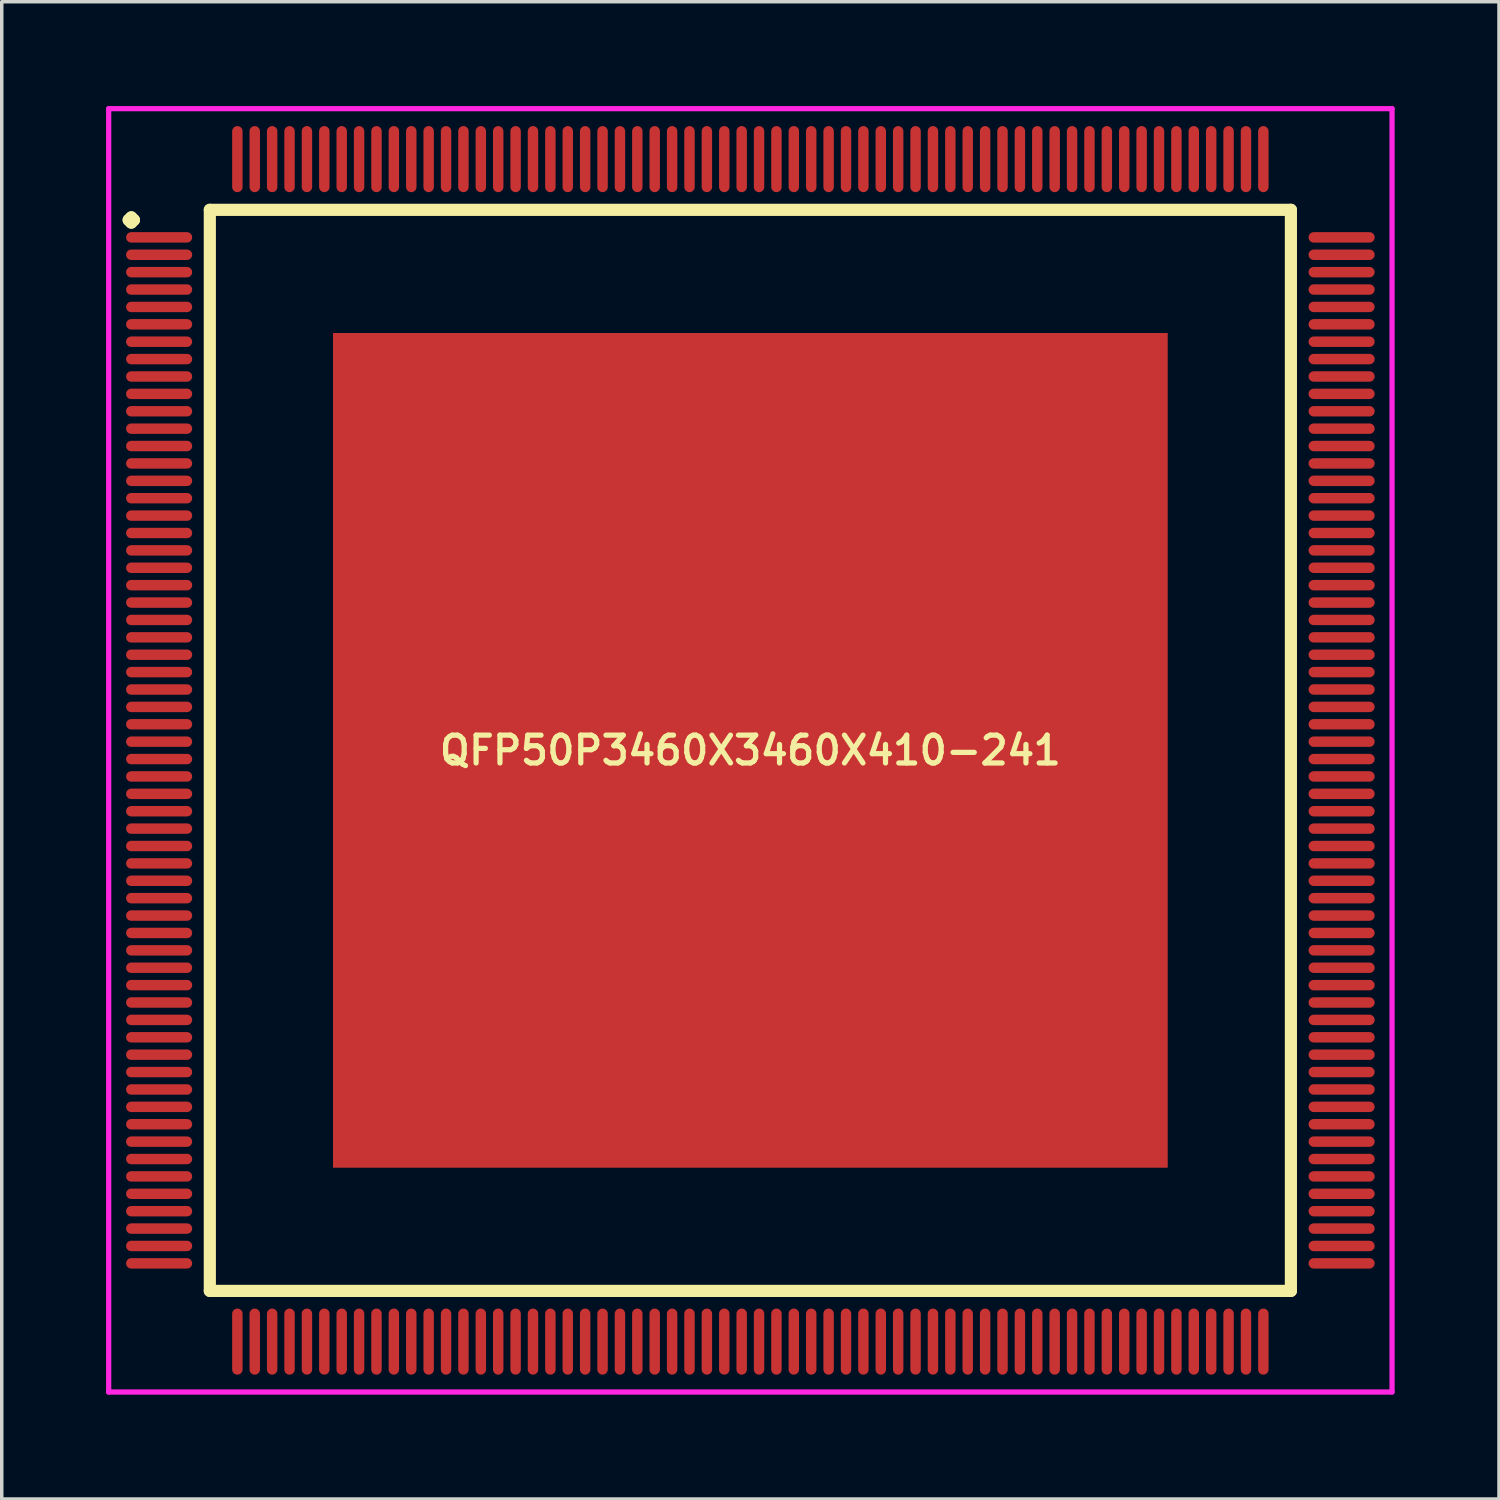
<source format=kicad_pcb>
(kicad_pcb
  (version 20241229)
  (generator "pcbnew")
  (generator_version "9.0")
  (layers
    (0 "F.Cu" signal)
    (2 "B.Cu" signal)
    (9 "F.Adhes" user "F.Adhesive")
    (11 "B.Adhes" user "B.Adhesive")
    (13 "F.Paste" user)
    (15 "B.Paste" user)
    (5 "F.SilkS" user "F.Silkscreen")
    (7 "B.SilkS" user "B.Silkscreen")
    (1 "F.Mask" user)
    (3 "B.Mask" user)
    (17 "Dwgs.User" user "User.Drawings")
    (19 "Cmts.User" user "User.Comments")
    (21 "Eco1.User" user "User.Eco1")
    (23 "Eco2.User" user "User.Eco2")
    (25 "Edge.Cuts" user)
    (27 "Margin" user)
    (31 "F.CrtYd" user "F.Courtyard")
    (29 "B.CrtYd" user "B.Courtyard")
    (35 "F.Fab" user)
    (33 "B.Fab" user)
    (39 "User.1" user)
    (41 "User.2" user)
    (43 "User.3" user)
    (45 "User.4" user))
  (footprint "QFP50P3460X3460X410-241"
    (layer "F.Cu")
    (at 18.525 18.525)
    (property "Reference" "QFP50P3460X3460X410-241" (at 0 0 0) (layer "F.SilkS") (effects (font (size 0.8 0.8) (thickness 0.15))))
    (attr through_hole)
    (fp_line (start -17.875 -15.25) (end -17.8 -15.325) (stroke (width 0.35) (type solid)) (layer "F.SilkS"))
    (fp_line (start -17.8 -15.325) (end -17.725 -15.25) (stroke (width 0.35) (type solid)) (layer "F.SilkS"))
    (fp_line (start -17.8 -15.175) (end -17.875 -15.25) (stroke (width 0.35) (type solid)) (layer "F.SilkS"))
    (fp_line (start -17.725 -15.25) (end -17.8 -15.175) (stroke (width 0.35) (type solid)) (layer "F.SilkS"))
    (fp_line (start -15.542 -15.542) (end -15.542 15.542) (stroke (width 0.35) (type solid)) (layer "F.SilkS"))
    (fp_line (start -15.542 15.542) (end 15.542 15.542) (stroke (width 0.35) (type solid)) (layer "F.SilkS"))
    (fp_line (start 15.542 -15.542) (end -15.542 -15.542) (stroke (width 0.35) (type solid)) (layer "F.SilkS"))
    (fp_line (start 15.542 15.542) (end 15.542 -15.542) (stroke (width 0.35) (type solid)) (layer "F.SilkS"))
    (fp_line (start -18.45 -18.45) (end 18.45 -18.45) (stroke (width 0.15) (type solid)) (layer "F.CrtYd"))
    (fp_line (start -18.45 18.45) (end -18.45 -18.45) (stroke (width 0.15) (type solid)) (layer "F.CrtYd"))
    (fp_line (start 18.45 -18.45) (end 18.45 18.45) (stroke (width 0.15) (type solid)) (layer "F.CrtYd"))
    (fp_line (start 18.45 18.45) (end -18.45 18.45) (stroke (width 0.15) (type solid)) (layer "F.CrtYd"))
    (pad "1" smd oval (at -17 -14.75) (size 1.9 0.3) (layers "F.Cu" "F.Mask" "F.Paste"))
    (pad "2" smd oval (at -17 -14.25) (size 1.9 0.3) (layers "F.Cu" "F.Mask" "F.Paste"))
    (pad "3" smd oval (at -17 -13.75) (size 1.9 0.3) (layers "F.Cu" "F.Mask" "F.Paste"))
    (pad "4" smd oval (at -17 -13.25) (size 1.9 0.3) (layers "F.Cu" "F.Mask" "F.Paste"))
    (pad "5" smd oval (at -17 -12.75) (size 1.9 0.3) (layers "F.Cu" "F.Mask" "F.Paste"))
    (pad "6" smd oval (at -17 -12.25) (size 1.9 0.3) (layers "F.Cu" "F.Mask" "F.Paste"))
    (pad "7" smd oval (at -17 -11.75) (size 1.9 0.3) (layers "F.Cu" "F.Mask" "F.Paste"))
    (pad "8" smd oval (at -17 -11.25) (size 1.9 0.3) (layers "F.Cu" "F.Mask" "F.Paste"))
    (pad "9" smd oval (at -17 -10.75) (size 1.9 0.3) (layers "F.Cu" "F.Mask" "F.Paste"))
    (pad "10" smd oval (at -17 -10.25) (size 1.9 0.3) (layers "F.Cu" "F.Mask" "F.Paste"))
    (pad "11" smd oval (at -17 -9.75) (size 1.9 0.3) (layers "F.Cu" "F.Mask" "F.Paste"))
    (pad "12" smd oval (at -17 -9.25) (size 1.9 0.3) (layers "F.Cu" "F.Mask" "F.Paste"))
    (pad "13" smd oval (at -17 -8.75) (size 1.9 0.3) (layers "F.Cu" "F.Mask" "F.Paste"))
    (pad "14" smd oval (at -17 -8.25) (size 1.9 0.3) (layers "F.Cu" "F.Mask" "F.Paste"))
    (pad "15" smd oval (at -17 -7.75) (size 1.9 0.3) (layers "F.Cu" "F.Mask" "F.Paste"))
    (pad "16" smd oval (at -17 -7.25) (size 1.9 0.3) (layers "F.Cu" "F.Mask" "F.Paste"))
    (pad "17" smd oval (at -17 -6.75) (size 1.9 0.3) (layers "F.Cu" "F.Mask" "F.Paste"))
    (pad "18" smd oval (at -17 -6.25) (size 1.9 0.3) (layers "F.Cu" "F.Mask" "F.Paste"))
    (pad "19" smd oval (at -17 -5.75) (size 1.9 0.3) (layers "F.Cu" "F.Mask" "F.Paste"))
    (pad "20" smd oval (at -17 -5.25) (size 1.9 0.3) (layers "F.Cu" "F.Mask" "F.Paste"))
    (pad "21" smd oval (at -17 -4.75) (size 1.9 0.3) (layers "F.Cu" "F.Mask" "F.Paste"))
    (pad "22" smd oval (at -17 -4.25) (size 1.9 0.3) (layers "F.Cu" "F.Mask" "F.Paste"))
    (pad "23" smd oval (at -17 -3.75) (size 1.9 0.3) (layers "F.Cu" "F.Mask" "F.Paste"))
    (pad "24" smd oval (at -17 -3.25) (size 1.9 0.3) (layers "F.Cu" "F.Mask" "F.Paste"))
    (pad "25" smd oval (at -17 -2.75) (size 1.9 0.3) (layers "F.Cu" "F.Mask" "F.Paste"))
    (pad "26" smd oval (at -17 -2.25) (size 1.9 0.3) (layers "F.Cu" "F.Mask" "F.Paste"))
    (pad "27" smd oval (at -17 -1.75) (size 1.9 0.3) (layers "F.Cu" "F.Mask" "F.Paste"))
    (pad "28" smd oval (at -17 -1.25) (size 1.9 0.3) (layers "F.Cu" "F.Mask" "F.Paste"))
    (pad "29" smd oval (at -17 -0.75) (size 1.9 0.3) (layers "F.Cu" "F.Mask" "F.Paste"))
    (pad "30" smd oval (at -17 -0.25) (size 1.9 0.3) (layers "F.Cu" "F.Mask" "F.Paste"))
    (pad "31" smd oval (at -17 0.25) (size 1.9 0.3) (layers "F.Cu" "F.Mask" "F.Paste"))
    (pad "32" smd oval (at -17 0.75) (size 1.9 0.3) (layers "F.Cu" "F.Mask" "F.Paste"))
    (pad "33" smd oval (at -17 1.25) (size 1.9 0.3) (layers "F.Cu" "F.Mask" "F.Paste"))
    (pad "34" smd oval (at -17 1.75) (size 1.9 0.3) (layers "F.Cu" "F.Mask" "F.Paste"))
    (pad "35" smd oval (at -17 2.25) (size 1.9 0.3) (layers "F.Cu" "F.Mask" "F.Paste"))
    (pad "36" smd oval (at -17 2.75) (size 1.9 0.3) (layers "F.Cu" "F.Mask" "F.Paste"))
    (pad "37" smd oval (at -17 3.25) (size 1.9 0.3) (layers "F.Cu" "F.Mask" "F.Paste"))
    (pad "38" smd oval (at -17 3.75) (size 1.9 0.3) (layers "F.Cu" "F.Mask" "F.Paste"))
    (pad "39" smd oval (at -17 4.25) (size 1.9 0.3) (layers "F.Cu" "F.Mask" "F.Paste"))
    (pad "40" smd oval (at -17 4.75) (size 1.9 0.3) (layers "F.Cu" "F.Mask" "F.Paste"))
    (pad "41" smd oval (at -17 5.25) (size 1.9 0.3) (layers "F.Cu" "F.Mask" "F.Paste"))
    (pad "42" smd oval (at -17 5.75) (size 1.9 0.3) (layers "F.Cu" "F.Mask" "F.Paste"))
    (pad "43" smd oval (at -17 6.25) (size 1.9 0.3) (layers "F.Cu" "F.Mask" "F.Paste"))
    (pad "44" smd oval (at -17 6.75) (size 1.9 0.3) (layers "F.Cu" "F.Mask" "F.Paste"))
    (pad "45" smd oval (at -17 7.25) (size 1.9 0.3) (layers "F.Cu" "F.Mask" "F.Paste"))
    (pad "46" smd oval (at -17 7.75) (size 1.9 0.3) (layers "F.Cu" "F.Mask" "F.Paste"))
    (pad "47" smd oval (at -17 8.25) (size 1.9 0.3) (layers "F.Cu" "F.Mask" "F.Paste"))
    (pad "48" smd oval (at -17 8.75) (size 1.9 0.3) (layers "F.Cu" "F.Mask" "F.Paste"))
    (pad "49" smd oval (at -17 9.25) (size 1.9 0.3) (layers "F.Cu" "F.Mask" "F.Paste"))
    (pad "50" smd oval (at -17 9.75) (size 1.9 0.3) (layers "F.Cu" "F.Mask" "F.Paste"))
    (pad "51" smd oval (at -17 10.25) (size 1.9 0.3) (layers "F.Cu" "F.Mask" "F.Paste"))
    (pad "52" smd oval (at -17 10.75) (size 1.9 0.3) (layers "F.Cu" "F.Mask" "F.Paste"))
    (pad "53" smd oval (at -17 11.25) (size 1.9 0.3) (layers "F.Cu" "F.Mask" "F.Paste"))
    (pad "54" smd oval (at -17 11.75) (size 1.9 0.3) (layers "F.Cu" "F.Mask" "F.Paste"))
    (pad "55" smd oval (at -17 12.25) (size 1.9 0.3) (layers "F.Cu" "F.Mask" "F.Paste"))
    (pad "56" smd oval (at -17 12.75) (size 1.9 0.3) (layers "F.Cu" "F.Mask" "F.Paste"))
    (pad "57" smd oval (at -17 13.25) (size 1.9 0.3) (layers "F.Cu" "F.Mask" "F.Paste"))
    (pad "58" smd oval (at -17 13.75) (size 1.9 0.3) (layers "F.Cu" "F.Mask" "F.Paste"))
    (pad "59" smd oval (at -17 14.25) (size 1.9 0.3) (layers "F.Cu" "F.Mask" "F.Paste"))
    (pad "60" smd oval (at -17 14.75) (size 1.9 0.3) (layers "F.Cu" "F.Mask" "F.Paste"))
    (pad "61" smd oval (at -14.75 17) (size 0.3 1.9) (layers "F.Cu" "F.Mask" "F.Paste"))
    (pad "62" smd oval (at -14.25 17) (size 0.3 1.9) (layers "F.Cu" "F.Mask" "F.Paste"))
    (pad "63" smd oval (at -13.75 17) (size 0.3 1.9) (layers "F.Cu" "F.Mask" "F.Paste"))
    (pad "64" smd oval (at -13.25 17) (size 0.3 1.9) (layers "F.Cu" "F.Mask" "F.Paste"))
    (pad "65" smd oval (at -12.75 17) (size 0.3 1.9) (layers "F.Cu" "F.Mask" "F.Paste"))
    (pad "66" smd oval (at -12.25 17) (size 0.3 1.9) (layers "F.Cu" "F.Mask" "F.Paste"))
    (pad "67" smd oval (at -11.75 17) (size 0.3 1.9) (layers "F.Cu" "F.Mask" "F.Paste"))
    (pad "68" smd oval (at -11.25 17) (size 0.3 1.9) (layers "F.Cu" "F.Mask" "F.Paste"))
    (pad "69" smd oval (at -10.75 17) (size 0.3 1.9) (layers "F.Cu" "F.Mask" "F.Paste"))
    (pad "70" smd oval (at -10.25 17) (size 0.3 1.9) (layers "F.Cu" "F.Mask" "F.Paste"))
    (pad "71" smd oval (at -9.75 17) (size 0.3 1.9) (layers "F.Cu" "F.Mask" "F.Paste"))
    (pad "72" smd oval (at -9.25 17) (size 0.3 1.9) (layers "F.Cu" "F.Mask" "F.Paste"))
    (pad "73" smd oval (at -8.75 17) (size 0.3 1.9) (layers "F.Cu" "F.Mask" "F.Paste"))
    (pad "74" smd oval (at -8.25 17) (size 0.3 1.9) (layers "F.Cu" "F.Mask" "F.Paste"))
    (pad "75" smd oval (at -7.75 17) (size 0.3 1.9) (layers "F.Cu" "F.Mask" "F.Paste"))
    (pad "76" smd oval (at -7.25 17) (size 0.3 1.9) (layers "F.Cu" "F.Mask" "F.Paste"))
    (pad "77" smd oval (at -6.75 17) (size 0.3 1.9) (layers "F.Cu" "F.Mask" "F.Paste"))
    (pad "78" smd oval (at -6.25 17) (size 0.3 1.9) (layers "F.Cu" "F.Mask" "F.Paste"))
    (pad "79" smd oval (at -5.75 17) (size 0.3 1.9) (layers "F.Cu" "F.Mask" "F.Paste"))
    (pad "80" smd oval (at -5.25 17) (size 0.3 1.9) (layers "F.Cu" "F.Mask" "F.Paste"))
    (pad "81" smd oval (at -4.75 17) (size 0.3 1.9) (layers "F.Cu" "F.Mask" "F.Paste"))
    (pad "82" smd oval (at -4.25 17) (size 0.3 1.9) (layers "F.Cu" "F.Mask" "F.Paste"))
    (pad "83" smd oval (at -3.75 17) (size 0.3 1.9) (layers "F.Cu" "F.Mask" "F.Paste"))
    (pad "84" smd oval (at -3.25 17) (size 0.3 1.9) (layers "F.Cu" "F.Mask" "F.Paste"))
    (pad "85" smd oval (at -2.75 17) (size 0.3 1.9) (layers "F.Cu" "F.Mask" "F.Paste"))
    (pad "86" smd oval (at -2.25 17) (size 0.3 1.9) (layers "F.Cu" "F.Mask" "F.Paste"))
    (pad "87" smd oval (at -1.75 17) (size 0.3 1.9) (layers "F.Cu" "F.Mask" "F.Paste"))
    (pad "88" smd oval (at -1.25 17) (size 0.3 1.9) (layers "F.Cu" "F.Mask" "F.Paste"))
    (pad "89" smd oval (at -0.75 17) (size 0.3 1.9) (layers "F.Cu" "F.Mask" "F.Paste"))
    (pad "90" smd oval (at -0.25 17) (size 0.3 1.9) (layers "F.Cu" "F.Mask" "F.Paste"))
    (pad "91" smd oval (at 0.25 17) (size 0.3 1.9) (layers "F.Cu" "F.Mask" "F.Paste"))
    (pad "92" smd oval (at 0.75 17) (size 0.3 1.9) (layers "F.Cu" "F.Mask" "F.Paste"))
    (pad "93" smd oval (at 1.25 17) (size 0.3 1.9) (layers "F.Cu" "F.Mask" "F.Paste"))
    (pad "94" smd oval (at 1.75 17) (size 0.3 1.9) (layers "F.Cu" "F.Mask" "F.Paste"))
    (pad "95" smd oval (at 2.25 17) (size 0.3 1.9) (layers "F.Cu" "F.Mask" "F.Paste"))
    (pad "96" smd oval (at 2.75 17) (size 0.3 1.9) (layers "F.Cu" "F.Mask" "F.Paste"))
    (pad "97" smd oval (at 3.25 17) (size 0.3 1.9) (layers "F.Cu" "F.Mask" "F.Paste"))
    (pad "98" smd oval (at 3.75 17) (size 0.3 1.9) (layers "F.Cu" "F.Mask" "F.Paste"))
    (pad "99" smd oval (at 4.25 17) (size 0.3 1.9) (layers "F.Cu" "F.Mask" "F.Paste"))
    (pad "100" smd oval (at 4.75 17) (size 0.3 1.9) (layers "F.Cu" "F.Mask" "F.Paste"))
    (pad "101" smd oval (at 5.25 17) (size 0.3 1.9) (layers "F.Cu" "F.Mask" "F.Paste"))
    (pad "102" smd oval (at 5.75 17) (size 0.3 1.9) (layers "F.Cu" "F.Mask" "F.Paste"))
    (pad "103" smd oval (at 6.25 17) (size 0.3 1.9) (layers "F.Cu" "F.Mask" "F.Paste"))
    (pad "104" smd oval (at 6.75 17) (size 0.3 1.9) (layers "F.Cu" "F.Mask" "F.Paste"))
    (pad "105" smd oval (at 7.25 17) (size 0.3 1.9) (layers "F.Cu" "F.Mask" "F.Paste"))
    (pad "106" smd oval (at 7.75 17) (size 0.3 1.9) (layers "F.Cu" "F.Mask" "F.Paste"))
    (pad "107" smd oval (at 8.25 17) (size 0.3 1.9) (layers "F.Cu" "F.Mask" "F.Paste"))
    (pad "108" smd oval (at 8.75 17) (size 0.3 1.9) (layers "F.Cu" "F.Mask" "F.Paste"))
    (pad "109" smd oval (at 9.25 17) (size 0.3 1.9) (layers "F.Cu" "F.Mask" "F.Paste"))
    (pad "110" smd oval (at 9.75 17) (size 0.3 1.9) (layers "F.Cu" "F.Mask" "F.Paste"))
    (pad "111" smd oval (at 10.25 17) (size 0.3 1.9) (layers "F.Cu" "F.Mask" "F.Paste"))
    (pad "112" smd oval (at 10.75 17) (size 0.3 1.9) (layers "F.Cu" "F.Mask" "F.Paste"))
    (pad "113" smd oval (at 11.25 17) (size 0.3 1.9) (layers "F.Cu" "F.Mask" "F.Paste"))
    (pad "114" smd oval (at 11.75 17) (size 0.3 1.9) (layers "F.Cu" "F.Mask" "F.Paste"))
    (pad "115" smd oval (at 12.25 17) (size 0.3 1.9) (layers "F.Cu" "F.Mask" "F.Paste"))
    (pad "116" smd oval (at 12.75 17) (size 0.3 1.9) (layers "F.Cu" "F.Mask" "F.Paste"))
    (pad "117" smd oval (at 13.25 17) (size 0.3 1.9) (layers "F.Cu" "F.Mask" "F.Paste"))
    (pad "118" smd oval (at 13.75 17) (size 0.3 1.9) (layers "F.Cu" "F.Mask" "F.Paste"))
    (pad "119" smd oval (at 14.25 17) (size 0.3 1.9) (layers "F.Cu" "F.Mask" "F.Paste"))
    (pad "120" smd oval (at 14.75 17) (size 0.3 1.9) (layers "F.Cu" "F.Mask" "F.Paste"))
    (pad "121" smd oval (at 17 14.75) (size 1.9 0.3) (layers "F.Cu" "F.Mask" "F.Paste"))
    (pad "122" smd oval (at 17 14.25) (size 1.9 0.3) (layers "F.Cu" "F.Mask" "F.Paste"))
    (pad "123" smd oval (at 17 13.75) (size 1.9 0.3) (layers "F.Cu" "F.Mask" "F.Paste"))
    (pad "124" smd oval (at 17 13.25) (size 1.9 0.3) (layers "F.Cu" "F.Mask" "F.Paste"))
    (pad "125" smd oval (at 17 12.75) (size 1.9 0.3) (layers "F.Cu" "F.Mask" "F.Paste"))
    (pad "126" smd oval (at 17 12.25) (size 1.9 0.3) (layers "F.Cu" "F.Mask" "F.Paste"))
    (pad "127" smd oval (at 17 11.75) (size 1.9 0.3) (layers "F.Cu" "F.Mask" "F.Paste"))
    (pad "128" smd oval (at 17 11.25) (size 1.9 0.3) (layers "F.Cu" "F.Mask" "F.Paste"))
    (pad "129" smd oval (at 17 10.75) (size 1.9 0.3) (layers "F.Cu" "F.Mask" "F.Paste"))
    (pad "130" smd oval (at 17 10.25) (size 1.9 0.3) (layers "F.Cu" "F.Mask" "F.Paste"))
    (pad "131" smd oval (at 17 9.75) (size 1.9 0.3) (layers "F.Cu" "F.Mask" "F.Paste"))
    (pad "132" smd oval (at 17 9.25) (size 1.9 0.3) (layers "F.Cu" "F.Mask" "F.Paste"))
    (pad "133" smd oval (at 17 8.75) (size 1.9 0.3) (layers "F.Cu" "F.Mask" "F.Paste"))
    (pad "134" smd oval (at 17 8.25) (size 1.9 0.3) (layers "F.Cu" "F.Mask" "F.Paste"))
    (pad "135" smd oval (at 17 7.75) (size 1.9 0.3) (layers "F.Cu" "F.Mask" "F.Paste"))
    (pad "136" smd oval (at 17 7.25) (size 1.9 0.3) (layers "F.Cu" "F.Mask" "F.Paste"))
    (pad "137" smd oval (at 17 6.75) (size 1.9 0.3) (layers "F.Cu" "F.Mask" "F.Paste"))
    (pad "138" smd oval (at 17 6.25) (size 1.9 0.3) (layers "F.Cu" "F.Mask" "F.Paste"))
    (pad "139" smd oval (at 17 5.75) (size 1.9 0.3) (layers "F.Cu" "F.Mask" "F.Paste"))
    (pad "140" smd oval (at 17 5.25) (size 1.9 0.3) (layers "F.Cu" "F.Mask" "F.Paste"))
    (pad "141" smd oval (at 17 4.75) (size 1.9 0.3) (layers "F.Cu" "F.Mask" "F.Paste"))
    (pad "142" smd oval (at 17 4.25) (size 1.9 0.3) (layers "F.Cu" "F.Mask" "F.Paste"))
    (pad "143" smd oval (at 17 3.75) (size 1.9 0.3) (layers "F.Cu" "F.Mask" "F.Paste"))
    (pad "144" smd oval (at 17 3.25) (size 1.9 0.3) (layers "F.Cu" "F.Mask" "F.Paste"))
    (pad "145" smd oval (at 17 2.75) (size 1.9 0.3) (layers "F.Cu" "F.Mask" "F.Paste"))
    (pad "146" smd oval (at 17 2.25) (size 1.9 0.3) (layers "F.Cu" "F.Mask" "F.Paste"))
    (pad "147" smd oval (at 17 1.75) (size 1.9 0.3) (layers "F.Cu" "F.Mask" "F.Paste"))
    (pad "148" smd oval (at 17 1.25) (size 1.9 0.3) (layers "F.Cu" "F.Mask" "F.Paste"))
    (pad "149" smd oval (at 17 0.75) (size 1.9 0.3) (layers "F.Cu" "F.Mask" "F.Paste"))
    (pad "150" smd oval (at 17 0.25) (size 1.9 0.3) (layers "F.Cu" "F.Mask" "F.Paste"))
    (pad "151" smd oval (at 17 -0.25) (size 1.9 0.3) (layers "F.Cu" "F.Mask" "F.Paste"))
    (pad "152" smd oval (at 17 -0.75) (size 1.9 0.3) (layers "F.Cu" "F.Mask" "F.Paste"))
    (pad "153" smd oval (at 17 -1.25) (size 1.9 0.3) (layers "F.Cu" "F.Mask" "F.Paste"))
    (pad "154" smd oval (at 17 -1.75) (size 1.9 0.3) (layers "F.Cu" "F.Mask" "F.Paste"))
    (pad "155" smd oval (at 17 -2.25) (size 1.9 0.3) (layers "F.Cu" "F.Mask" "F.Paste"))
    (pad "156" smd oval (at 17 -2.75) (size 1.9 0.3) (layers "F.Cu" "F.Mask" "F.Paste"))
    (pad "157" smd oval (at 17 -3.25) (size 1.9 0.3) (layers "F.Cu" "F.Mask" "F.Paste"))
    (pad "158" smd oval (at 17 -3.75) (size 1.9 0.3) (layers "F.Cu" "F.Mask" "F.Paste"))
    (pad "159" smd oval (at 17 -4.25) (size 1.9 0.3) (layers "F.Cu" "F.Mask" "F.Paste"))
    (pad "160" smd oval (at 17 -4.75) (size 1.9 0.3) (layers "F.Cu" "F.Mask" "F.Paste"))
    (pad "161" smd oval (at 17 -5.25) (size 1.9 0.3) (layers "F.Cu" "F.Mask" "F.Paste"))
    (pad "162" smd oval (at 17 -5.75) (size 1.9 0.3) (layers "F.Cu" "F.Mask" "F.Paste"))
    (pad "163" smd oval (at 17 -6.25) (size 1.9 0.3) (layers "F.Cu" "F.Mask" "F.Paste"))
    (pad "164" smd oval (at 17 -6.75) (size 1.9 0.3) (layers "F.Cu" "F.Mask" "F.Paste"))
    (pad "165" smd oval (at 17 -7.25) (size 1.9 0.3) (layers "F.Cu" "F.Mask" "F.Paste"))
    (pad "166" smd oval (at 17 -7.75) (size 1.9 0.3) (layers "F.Cu" "F.Mask" "F.Paste"))
    (pad "167" smd oval (at 17 -8.25) (size 1.9 0.3) (layers "F.Cu" "F.Mask" "F.Paste"))
    (pad "168" smd oval (at 17 -8.75) (size 1.9 0.3) (layers "F.Cu" "F.Mask" "F.Paste"))
    (pad "169" smd oval (at 17 -9.25) (size 1.9 0.3) (layers "F.Cu" "F.Mask" "F.Paste"))
    (pad "170" smd oval (at 17 -9.75) (size 1.9 0.3) (layers "F.Cu" "F.Mask" "F.Paste"))
    (pad "171" smd oval (at 17 -10.25) (size 1.9 0.3) (layers "F.Cu" "F.Mask" "F.Paste"))
    (pad "172" smd oval (at 17 -10.75) (size 1.9 0.3) (layers "F.Cu" "F.Mask" "F.Paste"))
    (pad "173" smd oval (at 17 -11.25) (size 1.9 0.3) (layers "F.Cu" "F.Mask" "F.Paste"))
    (pad "174" smd oval (at 17 -11.75) (size 1.9 0.3) (layers "F.Cu" "F.Mask" "F.Paste"))
    (pad "175" smd oval (at 17 -12.25) (size 1.9 0.3) (layers "F.Cu" "F.Mask" "F.Paste"))
    (pad "176" smd oval (at 17 -12.75) (size 1.9 0.3) (layers "F.Cu" "F.Mask" "F.Paste"))
    (pad "177" smd oval (at 17 -13.25) (size 1.9 0.3) (layers "F.Cu" "F.Mask" "F.Paste"))
    (pad "178" smd oval (at 17 -13.75) (size 1.9 0.3) (layers "F.Cu" "F.Mask" "F.Paste"))
    (pad "179" smd oval (at 17 -14.25) (size 1.9 0.3) (layers "F.Cu" "F.Mask" "F.Paste"))
    (pad "180" smd oval (at 17 -14.75) (size 1.9 0.3) (layers "F.Cu" "F.Mask" "F.Paste"))
    (pad "181" smd oval (at 14.75 -17) (size 0.3 1.9) (layers "F.Cu" "F.Mask" "F.Paste"))
    (pad "182" smd oval (at 14.25 -17) (size 0.3 1.9) (layers "F.Cu" "F.Mask" "F.Paste"))
    (pad "183" smd oval (at 13.75 -17) (size 0.3 1.9) (layers "F.Cu" "F.Mask" "F.Paste"))
    (pad "184" smd oval (at 13.25 -17) (size 0.3 1.9) (layers "F.Cu" "F.Mask" "F.Paste"))
    (pad "185" smd oval (at 12.75 -17) (size 0.3 1.9) (layers "F.Cu" "F.Mask" "F.Paste"))
    (pad "186" smd oval (at 12.25 -17) (size 0.3 1.9) (layers "F.Cu" "F.Mask" "F.Paste"))
    (pad "187" smd oval (at 11.75 -17) (size 0.3 1.9) (layers "F.Cu" "F.Mask" "F.Paste"))
    (pad "188" smd oval (at 11.25 -17) (size 0.3 1.9) (layers "F.Cu" "F.Mask" "F.Paste"))
    (pad "189" smd oval (at 10.75 -17) (size 0.3 1.9) (layers "F.Cu" "F.Mask" "F.Paste"))
    (pad "190" smd oval (at 10.25 -17) (size 0.3 1.9) (layers "F.Cu" "F.Mask" "F.Paste"))
    (pad "191" smd oval (at 9.75 -17) (size 0.3 1.9) (layers "F.Cu" "F.Mask" "F.Paste"))
    (pad "192" smd oval (at 9.25 -17) (size 0.3 1.9) (layers "F.Cu" "F.Mask" "F.Paste"))
    (pad "193" smd oval (at 8.75 -17) (size 0.3 1.9) (layers "F.Cu" "F.Mask" "F.Paste"))
    (pad "194" smd oval (at 8.25 -17) (size 0.3 1.9) (layers "F.Cu" "F.Mask" "F.Paste"))
    (pad "195" smd oval (at 7.75 -17) (size 0.3 1.9) (layers "F.Cu" "F.Mask" "F.Paste"))
    (pad "196" smd oval (at 7.25 -17) (size 0.3 1.9) (layers "F.Cu" "F.Mask" "F.Paste"))
    (pad "197" smd oval (at 6.75 -17) (size 0.3 1.9) (layers "F.Cu" "F.Mask" "F.Paste"))
    (pad "198" smd oval (at 6.25 -17) (size 0.3 1.9) (layers "F.Cu" "F.Mask" "F.Paste"))
    (pad "199" smd oval (at 5.75 -17) (size 0.3 1.9) (layers "F.Cu" "F.Mask" "F.Paste"))
    (pad "200" smd oval (at 5.25 -17) (size 0.3 1.9) (layers "F.Cu" "F.Mask" "F.Paste"))
    (pad "201" smd oval (at 4.75 -17) (size 0.3 1.9) (layers "F.Cu" "F.Mask" "F.Paste"))
    (pad "202" smd oval (at 4.25 -17) (size 0.3 1.9) (layers "F.Cu" "F.Mask" "F.Paste"))
    (pad "203" smd oval (at 3.75 -17) (size 0.3 1.9) (layers "F.Cu" "F.Mask" "F.Paste"))
    (pad "204" smd oval (at 3.25 -17) (size 0.3 1.9) (layers "F.Cu" "F.Mask" "F.Paste"))
    (pad "205" smd oval (at 2.75 -17) (size 0.3 1.9) (layers "F.Cu" "F.Mask" "F.Paste"))
    (pad "206" smd oval (at 2.25 -17) (size 0.3 1.9) (layers "F.Cu" "F.Mask" "F.Paste"))
    (pad "207" smd oval (at 1.75 -17) (size 0.3 1.9) (layers "F.Cu" "F.Mask" "F.Paste"))
    (pad "208" smd oval (at 1.25 -17) (size 0.3 1.9) (layers "F.Cu" "F.Mask" "F.Paste"))
    (pad "209" smd oval (at 0.75 -17) (size 0.3 1.9) (layers "F.Cu" "F.Mask" "F.Paste"))
    (pad "210" smd oval (at 0.25 -17) (size 0.3 1.9) (layers "F.Cu" "F.Mask" "F.Paste"))
    (pad "211" smd oval (at -0.25 -17) (size 0.3 1.9) (layers "F.Cu" "F.Mask" "F.Paste"))
    (pad "212" smd oval (at -0.75 -17) (size 0.3 1.9) (layers "F.Cu" "F.Mask" "F.Paste"))
    (pad "213" smd oval (at -1.25 -17) (size 0.3 1.9) (layers "F.Cu" "F.Mask" "F.Paste"))
    (pad "214" smd oval (at -1.75 -17) (size 0.3 1.9) (layers "F.Cu" "F.Mask" "F.Paste"))
    (pad "215" smd oval (at -2.25 -17) (size 0.3 1.9) (layers "F.Cu" "F.Mask" "F.Paste"))
    (pad "216" smd oval (at -2.75 -17) (size 0.3 1.9) (layers "F.Cu" "F.Mask" "F.Paste"))
    (pad "217" smd oval (at -3.25 -17) (size 0.3 1.9) (layers "F.Cu" "F.Mask" "F.Paste"))
    (pad "218" smd oval (at -3.75 -17) (size 0.3 1.9) (layers "F.Cu" "F.Mask" "F.Paste"))
    (pad "219" smd oval (at -4.25 -17) (size 0.3 1.9) (layers "F.Cu" "F.Mask" "F.Paste"))
    (pad "220" smd oval (at -4.75 -17) (size 0.3 1.9) (layers "F.Cu" "F.Mask" "F.Paste"))
    (pad "221" smd oval (at -5.25 -17) (size 0.3 1.9) (layers "F.Cu" "F.Mask" "F.Paste"))
    (pad "222" smd oval (at -5.75 -17) (size 0.3 1.9) (layers "F.Cu" "F.Mask" "F.Paste"))
    (pad "223" smd oval (at -6.25 -17) (size 0.3 1.9) (layers "F.Cu" "F.Mask" "F.Paste"))
    (pad "224" smd oval (at -6.75 -17) (size 0.3 1.9) (layers "F.Cu" "F.Mask" "F.Paste"))
    (pad "225" smd oval (at -7.25 -17) (size 0.3 1.9) (layers "F.Cu" "F.Mask" "F.Paste"))
    (pad "226" smd oval (at -7.75 -17) (size 0.3 1.9) (layers "F.Cu" "F.Mask" "F.Paste"))
    (pad "227" smd oval (at -8.25 -17) (size 0.3 1.9) (layers "F.Cu" "F.Mask" "F.Paste"))
    (pad "228" smd oval (at -8.75 -17) (size 0.3 1.9) (layers "F.Cu" "F.Mask" "F.Paste"))
    (pad "229" smd oval (at -9.25 -17) (size 0.3 1.9) (layers "F.Cu" "F.Mask" "F.Paste"))
    (pad "230" smd oval (at -9.75 -17) (size 0.3 1.9) (layers "F.Cu" "F.Mask" "F.Paste"))
    (pad "231" smd oval (at -10.25 -17) (size 0.3 1.9) (layers "F.Cu" "F.Mask" "F.Paste"))
    (pad "232" smd oval (at -10.75 -17) (size 0.3 1.9) (layers "F.Cu" "F.Mask" "F.Paste"))
    (pad "233" smd oval (at -11.25 -17) (size 0.3 1.9) (layers "F.Cu" "F.Mask" "F.Paste"))
    (pad "234" smd oval (at -11.75 -17) (size 0.3 1.9) (layers "F.Cu" "F.Mask" "F.Paste"))
    (pad "235" smd oval (at -12.25 -17) (size 0.3 1.9) (layers "F.Cu" "F.Mask" "F.Paste"))
    (pad "236" smd oval (at -12.75 -17) (size 0.3 1.9) (layers "F.Cu" "F.Mask" "F.Paste"))
    (pad "237" smd oval (at -13.25 -17) (size 0.3 1.9) (layers "F.Cu" "F.Mask" "F.Paste"))
    (pad "238" smd oval (at -13.75 -17) (size 0.3 1.9) (layers "F.Cu" "F.Mask" "F.Paste"))
    (pad "239" smd oval (at -14.25 -17) (size 0.3 1.9) (layers "F.Cu" "F.Mask" "F.Paste"))
    (pad "240" smd oval (at -14.75 -17) (size 0.3 1.9) (layers "F.Cu" "F.Mask" "F.Paste"))
    (pad "241" smd rect (at 0 0) (size 24 24) (layers "F.Cu" "F.Mask" "F.Paste")))
  (gr_rect
    (start -3 -3)
    (end 40.05 40.05)
    (stroke (width 0.1) (type default))
    (fill no)
    (layer "Edge.Cuts")))
</source>
